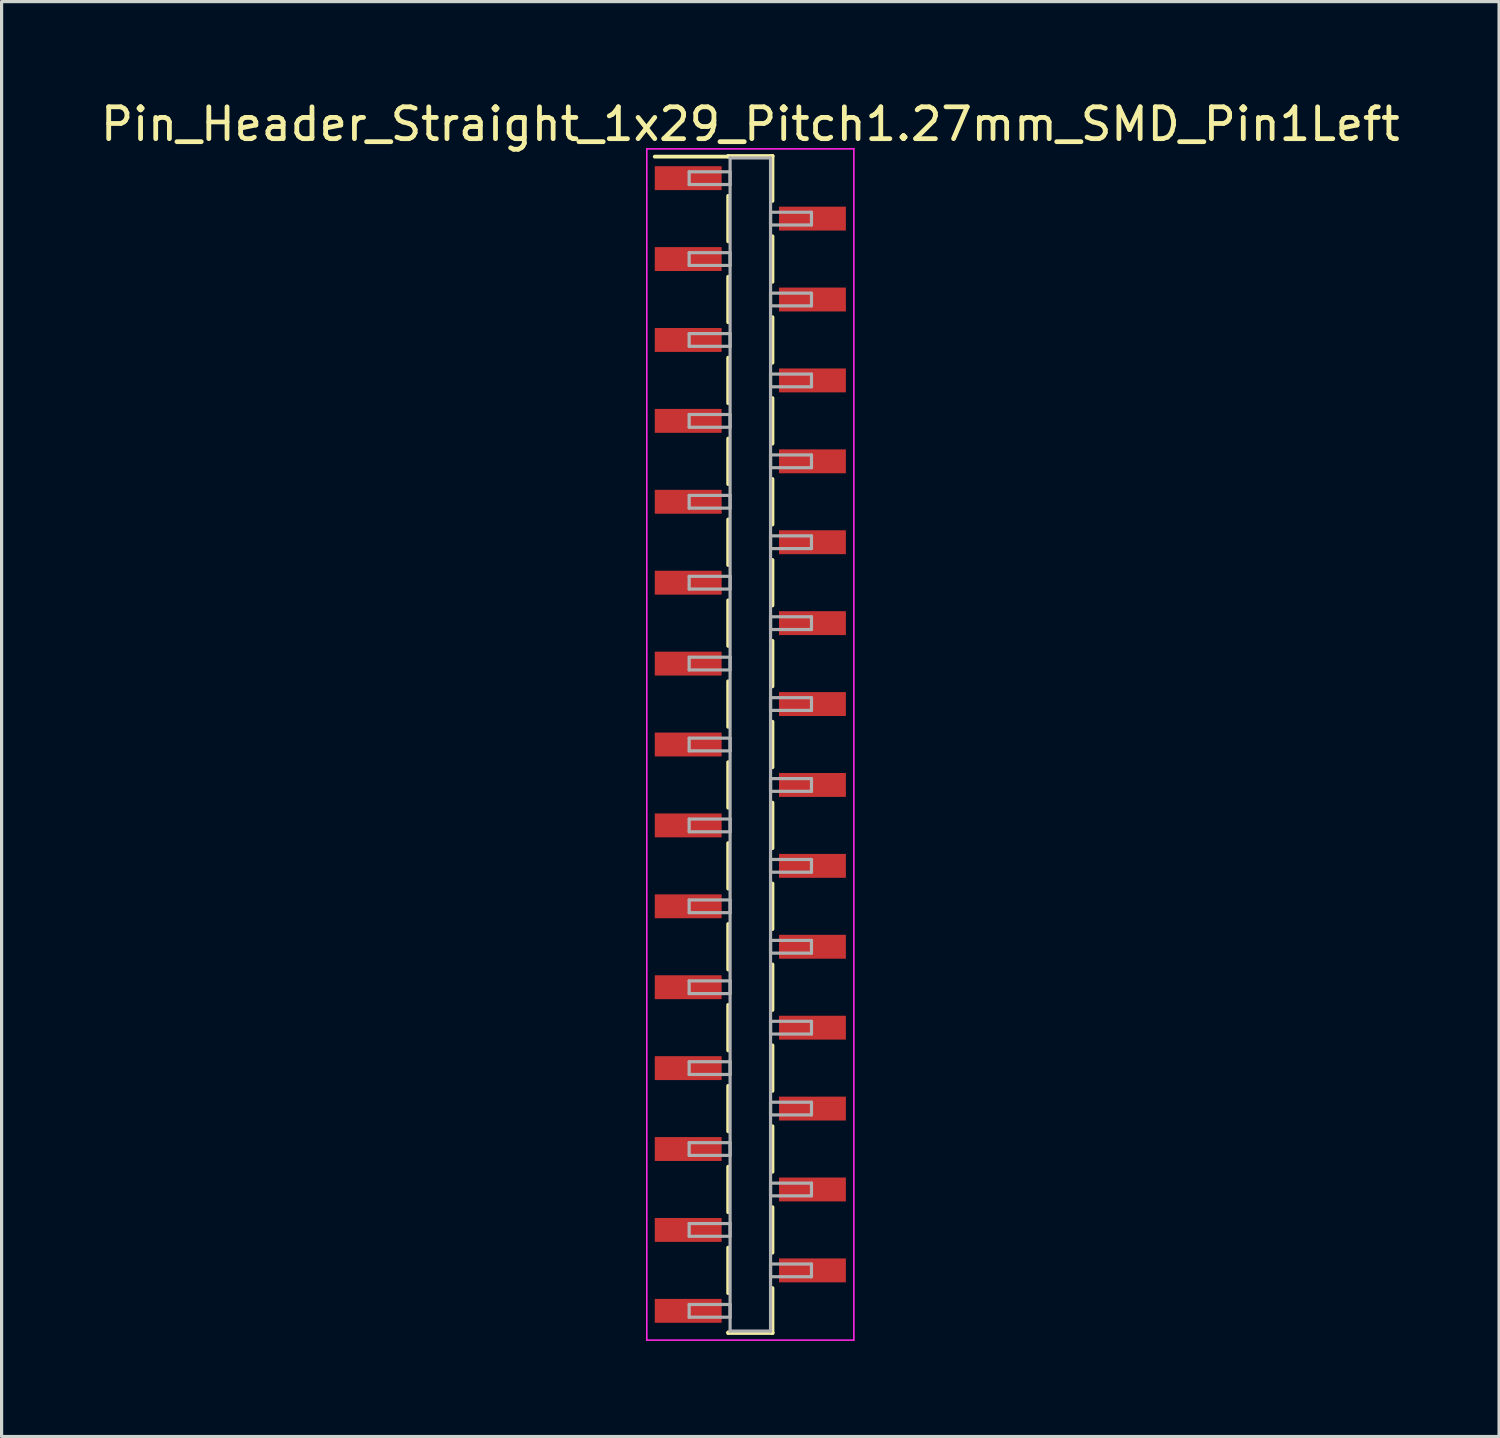
<source format=kicad_pcb>
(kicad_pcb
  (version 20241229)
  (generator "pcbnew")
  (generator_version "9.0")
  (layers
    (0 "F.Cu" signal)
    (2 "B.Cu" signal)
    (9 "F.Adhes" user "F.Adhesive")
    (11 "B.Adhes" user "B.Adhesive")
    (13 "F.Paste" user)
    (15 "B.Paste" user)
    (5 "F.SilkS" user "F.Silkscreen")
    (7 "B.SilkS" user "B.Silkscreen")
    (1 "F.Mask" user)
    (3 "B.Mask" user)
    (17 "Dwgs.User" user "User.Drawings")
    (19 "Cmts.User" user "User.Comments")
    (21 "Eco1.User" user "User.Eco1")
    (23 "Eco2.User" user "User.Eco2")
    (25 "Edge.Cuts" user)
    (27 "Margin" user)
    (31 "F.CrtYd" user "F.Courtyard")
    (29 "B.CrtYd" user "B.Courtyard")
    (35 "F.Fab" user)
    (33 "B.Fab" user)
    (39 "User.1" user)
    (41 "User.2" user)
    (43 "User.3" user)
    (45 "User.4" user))
  (footprint "Pin_Header_Straight_1x29_Pitch1.27mm_SMD_Pin1Left"
    (layer "F.Cu")
    (at 20.506 20.323)
    (property "Reference" "Pin_Header_Straight_1x29_Pitch1.27mm_SMD_Pin1Left" (at 0 -19.475 0) (layer "F.SilkS") (effects (font (size 1 1) (thickness 0.15))))
    (attr smd)
    (fp_line (start -0.695 -18.475) (end 0.695 -18.475) (stroke (width 0.12) (type solid)) (layer "F.SilkS"))
    (fp_line (start -0.695 -18.455) (end -3 -18.455) (stroke (width 0.12) (type solid)) (layer "F.SilkS"))
    (fp_line (start -0.695 -18.455) (end -0.695 -18.475) (stroke (width 0.12) (type solid)) (layer "F.SilkS"))
    (fp_line (start -0.695 -17.225) (end -0.695 -15.795) (stroke (width 0.12) (type solid)) (layer "F.SilkS"))
    (fp_line (start -0.695 -14.685) (end -0.695 -13.255) (stroke (width 0.12) (type solid)) (layer "F.SilkS"))
    (fp_line (start -0.695 -12.145) (end -0.695 -10.715) (stroke (width 0.12) (type solid)) (layer "F.SilkS"))
    (fp_line (start -0.695 -9.605) (end -0.695 -8.175) (stroke (width 0.12) (type solid)) (layer "F.SilkS"))
    (fp_line (start -0.695 -7.065) (end -0.695 -5.635) (stroke (width 0.12) (type solid)) (layer "F.SilkS"))
    (fp_line (start -0.695 -4.525) (end -0.695 -3.095) (stroke (width 0.12) (type solid)) (layer "F.SilkS"))
    (fp_line (start -0.695 -1.985) (end -0.695 -0.555) (stroke (width 0.12) (type solid)) (layer "F.SilkS"))
    (fp_line (start -0.695 0.555) (end -0.695 1.985) (stroke (width 0.12) (type solid)) (layer "F.SilkS"))
    (fp_line (start -0.695 3.095) (end -0.695 4.525) (stroke (width 0.12) (type solid)) (layer "F.SilkS"))
    (fp_line (start -0.695 5.635) (end -0.695 7.065) (stroke (width 0.12) (type solid)) (layer "F.SilkS"))
    (fp_line (start -0.695 8.175) (end -0.695 9.605) (stroke (width 0.12) (type solid)) (layer "F.SilkS"))
    (fp_line (start -0.695 10.715) (end -0.695 12.145) (stroke (width 0.12) (type solid)) (layer "F.SilkS"))
    (fp_line (start -0.695 13.255) (end -0.695 14.685) (stroke (width 0.12) (type solid)) (layer "F.SilkS"))
    (fp_line (start -0.695 15.795) (end -0.695 17.225) (stroke (width 0.12) (type solid)) (layer "F.SilkS"))
    (fp_line (start -0.695 18.455) (end -0.695 18.475) (stroke (width 0.12) (type solid)) (layer "F.SilkS"))
    (fp_line (start -0.695 18.475) (end 0.695 18.475) (stroke (width 0.12) (type solid)) (layer "F.SilkS"))
    (fp_line (start 0.695 -18.475) (end 0.695 -18.455) (stroke (width 0.12) (type solid)) (layer "F.SilkS"))
    (fp_line (start 0.695 -18.475) (end 0.695 -17.065) (stroke (width 0.12) (type solid)) (layer "F.SilkS"))
    (fp_line (start 0.695 -15.955) (end 0.695 -14.525) (stroke (width 0.12) (type solid)) (layer "F.SilkS"))
    (fp_line (start 0.695 -13.415) (end 0.695 -11.985) (stroke (width 0.12) (type solid)) (layer "F.SilkS"))
    (fp_line (start 0.695 -10.875) (end 0.695 -9.445) (stroke (width 0.12) (type solid)) (layer "F.SilkS"))
    (fp_line (start 0.695 -8.335) (end 0.695 -6.905) (stroke (width 0.12) (type solid)) (layer "F.SilkS"))
    (fp_line (start 0.695 -5.795) (end 0.695 -4.365) (stroke (width 0.12) (type solid)) (layer "F.SilkS"))
    (fp_line (start 0.695 -3.255) (end 0.695 -1.825) (stroke (width 0.12) (type solid)) (layer "F.SilkS"))
    (fp_line (start 0.695 -0.715) (end 0.695 0.715) (stroke (width 0.12) (type solid)) (layer "F.SilkS"))
    (fp_line (start 0.695 1.825) (end 0.695 3.255) (stroke (width 0.12) (type solid)) (layer "F.SilkS"))
    (fp_line (start 0.695 4.365) (end 0.695 5.795) (stroke (width 0.12) (type solid)) (layer "F.SilkS"))
    (fp_line (start 0.695 6.905) (end 0.695 8.335) (stroke (width 0.12) (type solid)) (layer "F.SilkS"))
    (fp_line (start 0.695 9.445) (end 0.695 10.875) (stroke (width 0.12) (type solid)) (layer "F.SilkS"))
    (fp_line (start 0.695 11.985) (end 0.695 13.415) (stroke (width 0.12) (type solid)) (layer "F.SilkS"))
    (fp_line (start 0.695 14.525) (end 0.695 15.955) (stroke (width 0.12) (type solid)) (layer "F.SilkS"))
    (fp_line (start 0.695 17.065) (end 0.695 18.475) (stroke (width 0.12) (type solid)) (layer "F.SilkS"))
    (fp_line (start 0.695 18.475) (end 0.695 18.455) (stroke (width 0.12) (type solid)) (layer "F.SilkS"))
    (fp_line (start -3.25 -18.7) (end -3.25 18.7) (stroke (width 0.05) (type solid)) (layer "F.CrtYd"))
    (fp_line (start -3.25 18.7) (end 3.25 18.7) (stroke (width 0.05) (type solid)) (layer "F.CrtYd"))
    (fp_line (start 3.25 -18.7) (end -3.25 -18.7) (stroke (width 0.05) (type solid)) (layer "F.CrtYd"))
    (fp_line (start 3.25 18.7) (end 3.25 -18.7) (stroke (width 0.05) (type solid)) (layer "F.CrtYd"))
    (fp_line (start -1.92 -17.98) (end -0.635 -17.98) (stroke (width 0.1) (type solid)) (layer "F.Fab"))
    (fp_line (start -1.92 -17.58) (end -1.92 -17.98) (stroke (width 0.1) (type solid)) (layer "F.Fab"))
    (fp_line (start -1.92 -15.44) (end -0.635 -15.44) (stroke (width 0.1) (type solid)) (layer "F.Fab"))
    (fp_line (start -1.92 -15.04) (end -1.92 -15.44) (stroke (width 0.1) (type solid)) (layer "F.Fab"))
    (fp_line (start -1.92 -12.9) (end -0.635 -12.9) (stroke (width 0.1) (type solid)) (layer "F.Fab"))
    (fp_line (start -1.92 -12.5) (end -1.92 -12.9) (stroke (width 0.1) (type solid)) (layer "F.Fab"))
    (fp_line (start -1.92 -10.36) (end -0.635 -10.36) (stroke (width 0.1) (type solid)) (layer "F.Fab"))
    (fp_line (start -1.92 -9.96) (end -1.92 -10.36) (stroke (width 0.1) (type solid)) (layer "F.Fab"))
    (fp_line (start -1.92 -7.82) (end -0.635 -7.82) (stroke (width 0.1) (type solid)) (layer "F.Fab"))
    (fp_line (start -1.92 -7.42) (end -1.92 -7.82) (stroke (width 0.1) (type solid)) (layer "F.Fab"))
    (fp_line (start -1.92 -5.28) (end -0.635 -5.28) (stroke (width 0.1) (type solid)) (layer "F.Fab"))
    (fp_line (start -1.92 -4.88) (end -1.92 -5.28) (stroke (width 0.1) (type solid)) (layer "F.Fab"))
    (fp_line (start -1.92 -2.74) (end -0.635 -2.74) (stroke (width 0.1) (type solid)) (layer "F.Fab"))
    (fp_line (start -1.92 -2.34) (end -1.92 -2.74) (stroke (width 0.1) (type solid)) (layer "F.Fab"))
    (fp_line (start -1.92 -0.2) (end -0.635 -0.2) (stroke (width 0.1) (type solid)) (layer "F.Fab"))
    (fp_line (start -1.92 0.2) (end -1.92 -0.2) (stroke (width 0.1) (type solid)) (layer "F.Fab"))
    (fp_line (start -1.92 2.34) (end -0.635 2.34) (stroke (width 0.1) (type solid)) (layer "F.Fab"))
    (fp_line (start -1.92 2.74) (end -1.92 2.34) (stroke (width 0.1) (type solid)) (layer "F.Fab"))
    (fp_line (start -1.92 4.88) (end -0.635 4.88) (stroke (width 0.1) (type solid)) (layer "F.Fab"))
    (fp_line (start -1.92 5.28) (end -1.92 4.88) (stroke (width 0.1) (type solid)) (layer "F.Fab"))
    (fp_line (start -1.92 7.42) (end -0.635 7.42) (stroke (width 0.1) (type solid)) (layer "F.Fab"))
    (fp_line (start -1.92 7.82) (end -1.92 7.42) (stroke (width 0.1) (type solid)) (layer "F.Fab"))
    (fp_line (start -1.92 9.96) (end -0.635 9.96) (stroke (width 0.1) (type solid)) (layer "F.Fab"))
    (fp_line (start -1.92 10.36) (end -1.92 9.96) (stroke (width 0.1) (type solid)) (layer "F.Fab"))
    (fp_line (start -1.92 12.5) (end -0.635 12.5) (stroke (width 0.1) (type solid)) (layer "F.Fab"))
    (fp_line (start -1.92 12.9) (end -1.92 12.5) (stroke (width 0.1) (type solid)) (layer "F.Fab"))
    (fp_line (start -1.92 15.04) (end -0.635 15.04) (stroke (width 0.1) (type solid)) (layer "F.Fab"))
    (fp_line (start -1.92 15.44) (end -1.92 15.04) (stroke (width 0.1) (type solid)) (layer "F.Fab"))
    (fp_line (start -1.92 17.58) (end -0.635 17.58) (stroke (width 0.1) (type solid)) (layer "F.Fab"))
    (fp_line (start -1.92 17.98) (end -1.92 17.58) (stroke (width 0.1) (type solid)) (layer "F.Fab"))
    (fp_line (start -0.635 -18.415) (end -0.635 18.415) (stroke (width 0.1) (type solid)) (layer "F.Fab"))
    (fp_line (start -0.635 -17.98) (end -0.635 -17.58) (stroke (width 0.1) (type solid)) (layer "F.Fab"))
    (fp_line (start -0.635 -17.58) (end -1.92 -17.58) (stroke (width 0.1) (type solid)) (layer "F.Fab"))
    (fp_line (start -0.635 -15.44) (end -0.635 -15.04) (stroke (width 0.1) (type solid)) (layer "F.Fab"))
    (fp_line (start -0.635 -15.04) (end -1.92 -15.04) (stroke (width 0.1) (type solid)) (layer "F.Fab"))
    (fp_line (start -0.635 -12.9) (end -0.635 -12.5) (stroke (width 0.1) (type solid)) (layer "F.Fab"))
    (fp_line (start -0.635 -12.5) (end -1.92 -12.5) (stroke (width 0.1) (type solid)) (layer "F.Fab"))
    (fp_line (start -0.635 -10.36) (end -0.635 -9.96) (stroke (width 0.1) (type solid)) (layer "F.Fab"))
    (fp_line (start -0.635 -9.96) (end -1.92 -9.96) (stroke (width 0.1) (type solid)) (layer "F.Fab"))
    (fp_line (start -0.635 -7.82) (end -0.635 -7.42) (stroke (width 0.1) (type solid)) (layer "F.Fab"))
    (fp_line (start -0.635 -7.42) (end -1.92 -7.42) (stroke (width 0.1) (type solid)) (layer "F.Fab"))
    (fp_line (start -0.635 -5.28) (end -0.635 -4.88) (stroke (width 0.1) (type solid)) (layer "F.Fab"))
    (fp_line (start -0.635 -4.88) (end -1.92 -4.88) (stroke (width 0.1) (type solid)) (layer "F.Fab"))
    (fp_line (start -0.635 -2.74) (end -0.635 -2.34) (stroke (width 0.1) (type solid)) (layer "F.Fab"))
    (fp_line (start -0.635 -2.34) (end -1.92 -2.34) (stroke (width 0.1) (type solid)) (layer "F.Fab"))
    (fp_line (start -0.635 -0.2) (end -0.635 0.2) (stroke (width 0.1) (type solid)) (layer "F.Fab"))
    (fp_line (start -0.635 0.2) (end -1.92 0.2) (stroke (width 0.1) (type solid)) (layer "F.Fab"))
    (fp_line (start -0.635 2.34) (end -0.635 2.74) (stroke (width 0.1) (type solid)) (layer "F.Fab"))
    (fp_line (start -0.635 2.74) (end -1.92 2.74) (stroke (width 0.1) (type solid)) (layer "F.Fab"))
    (fp_line (start -0.635 4.88) (end -0.635 5.28) (stroke (width 0.1) (type solid)) (layer "F.Fab"))
    (fp_line (start -0.635 5.28) (end -1.92 5.28) (stroke (width 0.1) (type solid)) (layer "F.Fab"))
    (fp_line (start -0.635 7.42) (end -0.635 7.82) (stroke (width 0.1) (type solid)) (layer "F.Fab"))
    (fp_line (start -0.635 7.82) (end -1.92 7.82) (stroke (width 0.1) (type solid)) (layer "F.Fab"))
    (fp_line (start -0.635 9.96) (end -0.635 10.36) (stroke (width 0.1) (type solid)) (layer "F.Fab"))
    (fp_line (start -0.635 10.36) (end -1.92 10.36) (stroke (width 0.1) (type solid)) (layer "F.Fab"))
    (fp_line (start -0.635 12.5) (end -0.635 12.9) (stroke (width 0.1) (type solid)) (layer "F.Fab"))
    (fp_line (start -0.635 12.9) (end -1.92 12.9) (stroke (width 0.1) (type solid)) (layer "F.Fab"))
    (fp_line (start -0.635 15.04) (end -0.635 15.44) (stroke (width 0.1) (type solid)) (layer "F.Fab"))
    (fp_line (start -0.635 15.44) (end -1.92 15.44) (stroke (width 0.1) (type solid)) (layer "F.Fab"))
    (fp_line (start -0.635 17.58) (end -0.635 17.98) (stroke (width 0.1) (type solid)) (layer "F.Fab"))
    (fp_line (start -0.635 17.98) (end -1.92 17.98) (stroke (width 0.1) (type solid)) (layer "F.Fab"))
    (fp_line (start -0.635 18.415) (end 0.635 18.415) (stroke (width 0.1) (type solid)) (layer "F.Fab"))
    (fp_line (start 0.635 -18.415) (end -0.635 -18.415) (stroke (width 0.1) (type solid)) (layer "F.Fab"))
    (fp_line (start 0.635 -16.71) (end 0.635 -16.31) (stroke (width 0.1) (type solid)) (layer "F.Fab"))
    (fp_line (start 0.635 -16.31) (end 1.92 -16.31) (stroke (width 0.1) (type solid)) (layer "F.Fab"))
    (fp_line (start 0.635 -14.17) (end 0.635 -13.77) (stroke (width 0.1) (type solid)) (layer "F.Fab"))
    (fp_line (start 0.635 -13.77) (end 1.92 -13.77) (stroke (width 0.1) (type solid)) (layer "F.Fab"))
    (fp_line (start 0.635 -11.63) (end 0.635 -11.23) (stroke (width 0.1) (type solid)) (layer "F.Fab"))
    (fp_line (start 0.635 -11.23) (end 1.92 -11.23) (stroke (width 0.1) (type solid)) (layer "F.Fab"))
    (fp_line (start 0.635 -9.09) (end 0.635 -8.69) (stroke (width 0.1) (type solid)) (layer "F.Fab"))
    (fp_line (start 0.635 -8.69) (end 1.92 -8.69) (stroke (width 0.1) (type solid)) (layer "F.Fab"))
    (fp_line (start 0.635 -6.55) (end 0.635 -6.15) (stroke (width 0.1) (type solid)) (layer "F.Fab"))
    (fp_line (start 0.635 -6.15) (end 1.92 -6.15) (stroke (width 0.1) (type solid)) (layer "F.Fab"))
    (fp_line (start 0.635 -4.01) (end 0.635 -3.61) (stroke (width 0.1) (type solid)) (layer "F.Fab"))
    (fp_line (start 0.635 -3.61) (end 1.92 -3.61) (stroke (width 0.1) (type solid)) (layer "F.Fab"))
    (fp_line (start 0.635 -1.47) (end 0.635 -1.07) (stroke (width 0.1) (type solid)) (layer "F.Fab"))
    (fp_line (start 0.635 -1.07) (end 1.92 -1.07) (stroke (width 0.1) (type solid)) (layer "F.Fab"))
    (fp_line (start 0.635 1.07) (end 0.635 1.47) (stroke (width 0.1) (type solid)) (layer "F.Fab"))
    (fp_line (start 0.635 1.47) (end 1.92 1.47) (stroke (width 0.1) (type solid)) (layer "F.Fab"))
    (fp_line (start 0.635 3.61) (end 0.635 4.01) (stroke (width 0.1) (type solid)) (layer "F.Fab"))
    (fp_line (start 0.635 4.01) (end 1.92 4.01) (stroke (width 0.1) (type solid)) (layer "F.Fab"))
    (fp_line (start 0.635 6.15) (end 0.635 6.55) (stroke (width 0.1) (type solid)) (layer "F.Fab"))
    (fp_line (start 0.635 6.55) (end 1.92 6.55) (stroke (width 0.1) (type solid)) (layer "F.Fab"))
    (fp_line (start 0.635 8.69) (end 0.635 9.09) (stroke (width 0.1) (type solid)) (layer "F.Fab"))
    (fp_line (start 0.635 9.09) (end 1.92 9.09) (stroke (width 0.1) (type solid)) (layer "F.Fab"))
    (fp_line (start 0.635 11.23) (end 0.635 11.63) (stroke (width 0.1) (type solid)) (layer "F.Fab"))
    (fp_line (start 0.635 11.63) (end 1.92 11.63) (stroke (width 0.1) (type solid)) (layer "F.Fab"))
    (fp_line (start 0.635 13.77) (end 0.635 14.17) (stroke (width 0.1) (type solid)) (layer "F.Fab"))
    (fp_line (start 0.635 14.17) (end 1.92 14.17) (stroke (width 0.1) (type solid)) (layer "F.Fab"))
    (fp_line (start 0.635 16.31) (end 0.635 16.71) (stroke (width 0.1) (type solid)) (layer "F.Fab"))
    (fp_line (start 0.635 16.71) (end 1.92 16.71) (stroke (width 0.1) (type solid)) (layer "F.Fab"))
    (fp_line (start 0.635 18.415) (end 0.635 -18.415) (stroke (width 0.1) (type solid)) (layer "F.Fab"))
    (fp_line (start 1.92 -16.71) (end 0.635 -16.71) (stroke (width 0.1) (type solid)) (layer "F.Fab"))
    (fp_line (start 1.92 -16.31) (end 1.92 -16.71) (stroke (width 0.1) (type solid)) (layer "F.Fab"))
    (fp_line (start 1.92 -14.17) (end 0.635 -14.17) (stroke (width 0.1) (type solid)) (layer "F.Fab"))
    (fp_line (start 1.92 -13.77) (end 1.92 -14.17) (stroke (width 0.1) (type solid)) (layer "F.Fab"))
    (fp_line (start 1.92 -11.63) (end 0.635 -11.63) (stroke (width 0.1) (type solid)) (layer "F.Fab"))
    (fp_line (start 1.92 -11.23) (end 1.92 -11.63) (stroke (width 0.1) (type solid)) (layer "F.Fab"))
    (fp_line (start 1.92 -9.09) (end 0.635 -9.09) (stroke (width 0.1) (type solid)) (layer "F.Fab"))
    (fp_line (start 1.92 -8.69) (end 1.92 -9.09) (stroke (width 0.1) (type solid)) (layer "F.Fab"))
    (fp_line (start 1.92 -6.55) (end 0.635 -6.55) (stroke (width 0.1) (type solid)) (layer "F.Fab"))
    (fp_line (start 1.92 -6.15) (end 1.92 -6.55) (stroke (width 0.1) (type solid)) (layer "F.Fab"))
    (fp_line (start 1.92 -4.01) (end 0.635 -4.01) (stroke (width 0.1) (type solid)) (layer "F.Fab"))
    (fp_line (start 1.92 -3.61) (end 1.92 -4.01) (stroke (width 0.1) (type solid)) (layer "F.Fab"))
    (fp_line (start 1.92 -1.47) (end 0.635 -1.47) (stroke (width 0.1) (type solid)) (layer "F.Fab"))
    (fp_line (start 1.92 -1.07) (end 1.92 -1.47) (stroke (width 0.1) (type solid)) (layer "F.Fab"))
    (fp_line (start 1.92 1.07) (end 0.635 1.07) (stroke (width 0.1) (type solid)) (layer "F.Fab"))
    (fp_line (start 1.92 1.47) (end 1.92 1.07) (stroke (width 0.1) (type solid)) (layer "F.Fab"))
    (fp_line (start 1.92 3.61) (end 0.635 3.61) (stroke (width 0.1) (type solid)) (layer "F.Fab"))
    (fp_line (start 1.92 4.01) (end 1.92 3.61) (stroke (width 0.1) (type solid)) (layer "F.Fab"))
    (fp_line (start 1.92 6.15) (end 0.635 6.15) (stroke (width 0.1) (type solid)) (layer "F.Fab"))
    (fp_line (start 1.92 6.55) (end 1.92 6.15) (stroke (width 0.1) (type solid)) (layer "F.Fab"))
    (fp_line (start 1.92 8.69) (end 0.635 8.69) (stroke (width 0.1) (type solid)) (layer "F.Fab"))
    (fp_line (start 1.92 9.09) (end 1.92 8.69) (stroke (width 0.1) (type solid)) (layer "F.Fab"))
    (fp_line (start 1.92 11.23) (end 0.635 11.23) (stroke (width 0.1) (type solid)) (layer "F.Fab"))
    (fp_line (start 1.92 11.63) (end 1.92 11.23) (stroke (width 0.1) (type solid)) (layer "F.Fab"))
    (fp_line (start 1.92 13.77) (end 0.635 13.77) (stroke (width 0.1) (type solid)) (layer "F.Fab"))
    (fp_line (start 1.92 14.17) (end 1.92 13.77) (stroke (width 0.1) (type solid)) (layer "F.Fab"))
    (fp_line (start 1.92 16.31) (end 0.635 16.31) (stroke (width 0.1) (type solid)) (layer "F.Fab"))
    (fp_line (start 1.92 16.71) (end 1.92 16.31) (stroke (width 0.1) (type solid)) (layer "F.Fab"))
    (pad "1" smd rect (at -1.95 -17.78) (size 2.1 0.75) (layers "F.Cu" "F.Mask"))
    (pad "2" smd rect (at 1.95 -16.51) (size 2.1 0.75) (layers "F.Cu" "F.Mask"))
    (pad "3" smd rect (at -1.95 -15.24) (size 2.1 0.75) (layers "F.Cu" "F.Mask"))
    (pad "4" smd rect (at 1.95 -13.97) (size 2.1 0.75) (layers "F.Cu" "F.Mask"))
    (pad "5" smd rect (at -1.95 -12.7) (size 2.1 0.75) (layers "F.Cu" "F.Mask"))
    (pad "6" smd rect (at 1.95 -11.43) (size 2.1 0.75) (layers "F.Cu" "F.Mask"))
    (pad "7" smd rect (at -1.95 -10.16) (size 2.1 0.75) (layers "F.Cu" "F.Mask"))
    (pad "8" smd rect (at 1.95 -8.89) (size 2.1 0.75) (layers "F.Cu" "F.Mask"))
    (pad "9" smd rect (at -1.95 -7.62) (size 2.1 0.75) (layers "F.Cu" "F.Mask"))
    (pad "10" smd rect (at 1.95 -6.35) (size 2.1 0.75) (layers "F.Cu" "F.Mask"))
    (pad "11" smd rect (at -1.95 -5.08) (size 2.1 0.75) (layers "F.Cu" "F.Mask"))
    (pad "12" smd rect (at 1.95 -3.81) (size 2.1 0.75) (layers "F.Cu" "F.Mask"))
    (pad "13" smd rect (at -1.95 -2.54) (size 2.1 0.75) (layers "F.Cu" "F.Mask"))
    (pad "14" smd rect (at 1.95 -1.27) (size 2.1 0.75) (layers "F.Cu" "F.Mask"))
    (pad "15" smd rect (at -1.95 0) (size 2.1 0.75) (layers "F.Cu" "F.Mask"))
    (pad "16" smd rect (at 1.95 1.27) (size 2.1 0.75) (layers "F.Cu" "F.Mask"))
    (pad "17" smd rect (at -1.95 2.54) (size 2.1 0.75) (layers "F.Cu" "F.Mask"))
    (pad "18" smd rect (at 1.95 3.81) (size 2.1 0.75) (layers "F.Cu" "F.Mask"))
    (pad "19" smd rect (at -1.95 5.08) (size 2.1 0.75) (layers "F.Cu" "F.Mask"))
    (pad "20" smd rect (at 1.95 6.35) (size 2.1 0.75) (layers "F.Cu" "F.Mask"))
    (pad "21" smd rect (at -1.95 7.62) (size 2.1 0.75) (layers "F.Cu" "F.Mask"))
    (pad "22" smd rect (at 1.95 8.89) (size 2.1 0.75) (layers "F.Cu" "F.Mask"))
    (pad "23" smd rect (at -1.95 10.16) (size 2.1 0.75) (layers "F.Cu" "F.Mask"))
    (pad "24" smd rect (at 1.95 11.43) (size 2.1 0.75) (layers "F.Cu" "F.Mask"))
    (pad "25" smd rect (at -1.95 12.7) (size 2.1 0.75) (layers "F.Cu" "F.Mask"))
    (pad "26" smd rect (at 1.95 13.97) (size 2.1 0.75) (layers "F.Cu" "F.Mask"))
    (pad "27" smd rect (at -1.95 15.24) (size 2.1 0.75) (layers "F.Cu" "F.Mask"))
    (pad "28" smd rect (at 1.95 16.51) (size 2.1 0.75) (layers "F.Cu" "F.Mask"))
    (pad "29" smd rect (at -1.95 17.78) (size 2.1 0.75) (layers "F.Cu" "F.Mask")))
  (gr_rect
    (start -3 -3)
    (end 44.012 42.048)
    (stroke (width 0.1) (type default))
    (fill no)
    (layer "Edge.Cuts")))
</source>
